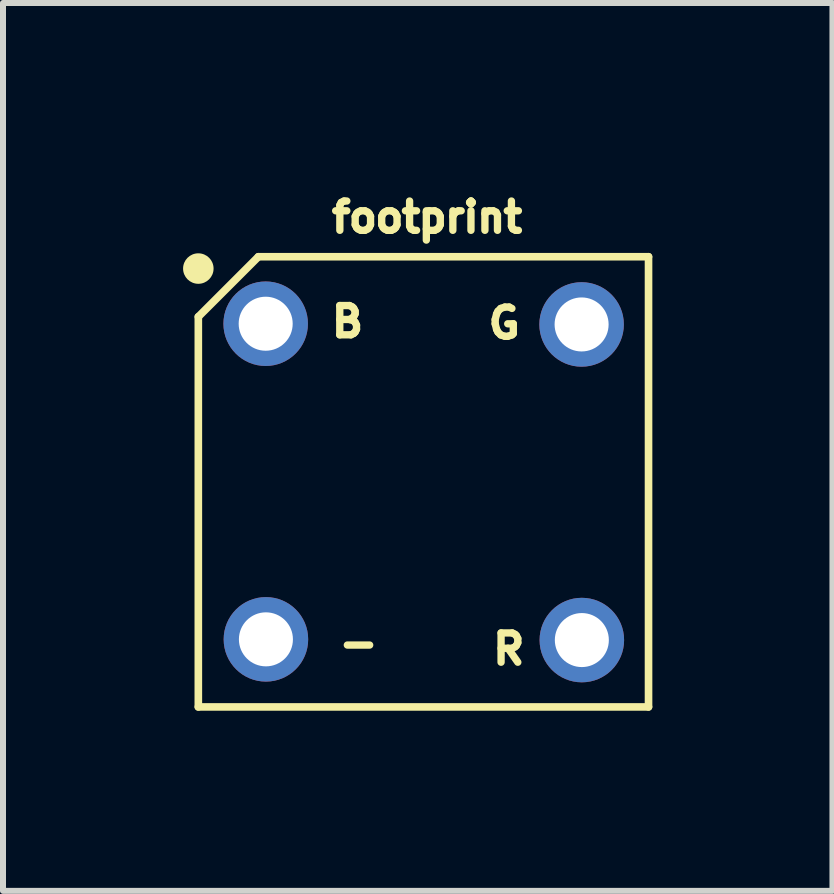
<source format=kicad_pcb>
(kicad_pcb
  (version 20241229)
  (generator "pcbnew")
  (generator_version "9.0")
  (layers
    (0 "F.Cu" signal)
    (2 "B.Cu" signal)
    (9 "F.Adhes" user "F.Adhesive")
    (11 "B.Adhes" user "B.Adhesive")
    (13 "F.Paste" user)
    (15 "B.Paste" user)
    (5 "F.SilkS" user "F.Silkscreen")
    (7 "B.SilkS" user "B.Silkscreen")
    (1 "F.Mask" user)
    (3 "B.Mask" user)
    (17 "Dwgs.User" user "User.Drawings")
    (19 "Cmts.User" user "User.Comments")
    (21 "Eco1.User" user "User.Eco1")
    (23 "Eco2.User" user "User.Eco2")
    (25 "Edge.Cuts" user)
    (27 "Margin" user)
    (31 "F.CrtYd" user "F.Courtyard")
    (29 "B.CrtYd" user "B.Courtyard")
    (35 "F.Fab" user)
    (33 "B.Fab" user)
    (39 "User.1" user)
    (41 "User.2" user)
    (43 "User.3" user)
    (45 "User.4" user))
  (footprint "footprint"
    (layer "F.Cu")
    (at 4.064 4.917)
    (property "Reference" "footprint" (at 0 -4.064 0) (layer "F.SilkS") (effects (font (size 0.488 0.488) (thickness 0.122)) (justify bottom)))
    (fp_line (start -3.81 -2.69) (end -3.81 3.81) (stroke (width 0.127) (type solid)) (layer "F.SilkS"))
    (fp_line (start -3.81 3.81) (end 3.69 3.81) (stroke (width 0.127) (type solid)) (layer "F.SilkS"))
    (fp_line (start -2.81 -3.69) (end -3.81 -2.69) (stroke (width 0.127) (type solid)) (layer "F.SilkS"))
    (fp_line (start 3.69 -3.69) (end -2.81 -3.69) (stroke (width 0.127) (type solid)) (layer "F.SilkS"))
    (fp_line (start 3.69 3.81) (end 3.69 -3.69) (stroke (width 0.127) (type solid)) (layer "F.SilkS"))
    (fp_circle (center -3.81 -3.493) (end -3.683 -3.493) (stroke (width 0.254) (type solid)) (fill yes) (layer "F.SilkS"))
    (fp_text user "G" (at 0.962 -2.298 0) (layer "F.SilkS") (effects (font (size 0.488 0.488) (thickness 0.122)) (justify left bottom)))
    (fp_text user "R" (at 1.037 3.131 0) (layer "F.SilkS") (effects (font (size 0.488 0.488) (thickness 0.122)) (justify left bottom)))
    (fp_text user "-" (at -1.524 3.031 0) (layer "F.SilkS") (effects (font (size 0.488 0.488) (thickness 0.122)) (justify left bottom)))
    (fp_text user "B" (at -1.65 -2.323 0) (layer "F.SilkS") (effects (font (size 0.488 0.488) (thickness 0.122)) (justify left bottom)))
    (pad "-" thru_hole circle (at -2.684 2.684) (size 1.408 1.408) (drill 0.9) (layers "*.Cu" "*.Mask"))
    (pad "B" thru_hole circle (at -2.688 -2.574) (size 1.408 1.408) (drill 0.9) (layers "*.Cu" "*.Mask"))
    (pad "G" thru_hole circle (at 2.575 -2.562) (size 1.408 1.408) (drill 0.9) (layers "*.Cu" "*.Mask"))
    (pad "R" thru_hole circle (at 2.579 2.696) (size 1.408 1.408) (drill 0.9) (layers "*.Cu" "*.Mask")))
  (gr_rect
    (start -3 -3)
    (end 10.818 11.791)
    (stroke (width 0.1) (type default))
    (fill no)
    (layer "Edge.Cuts")))
</source>
